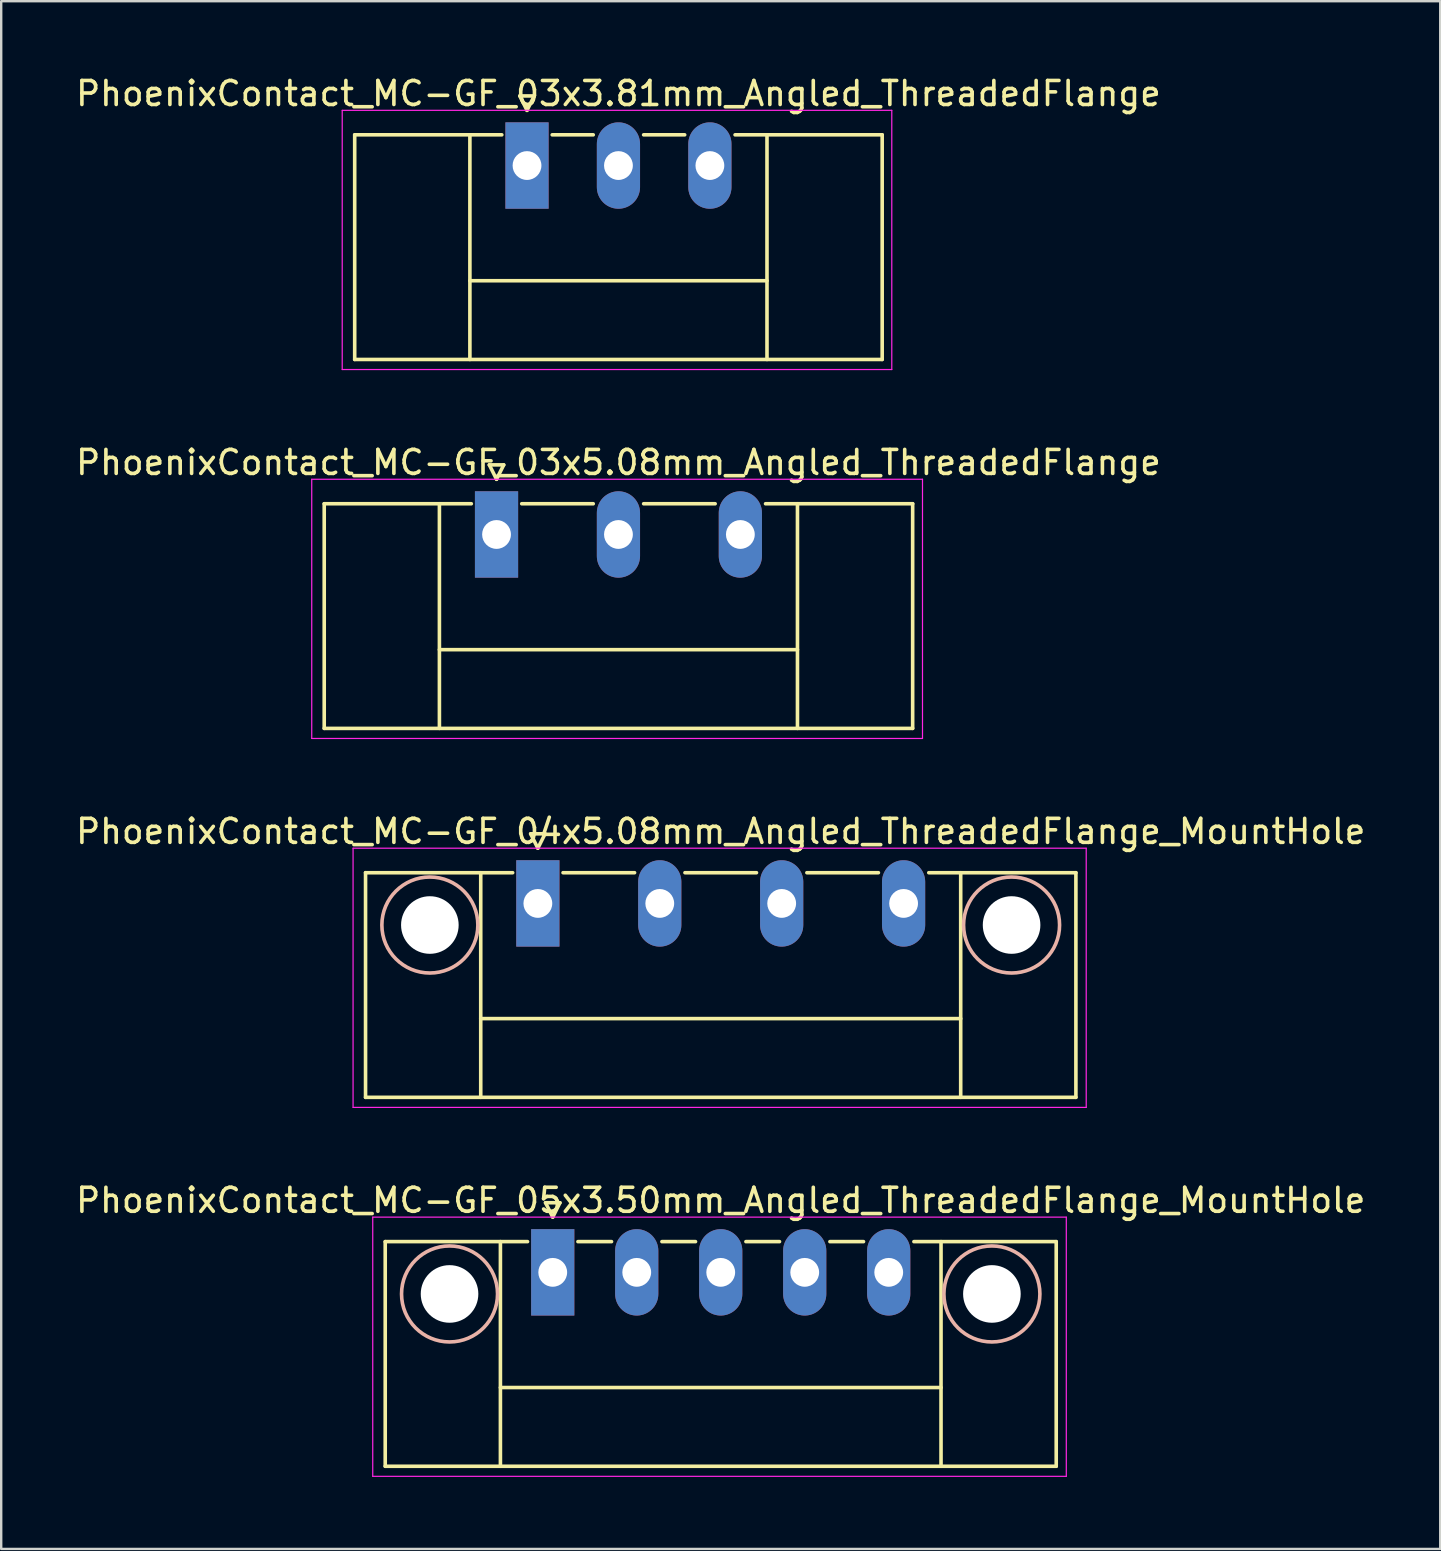
<source format=kicad_pcb>
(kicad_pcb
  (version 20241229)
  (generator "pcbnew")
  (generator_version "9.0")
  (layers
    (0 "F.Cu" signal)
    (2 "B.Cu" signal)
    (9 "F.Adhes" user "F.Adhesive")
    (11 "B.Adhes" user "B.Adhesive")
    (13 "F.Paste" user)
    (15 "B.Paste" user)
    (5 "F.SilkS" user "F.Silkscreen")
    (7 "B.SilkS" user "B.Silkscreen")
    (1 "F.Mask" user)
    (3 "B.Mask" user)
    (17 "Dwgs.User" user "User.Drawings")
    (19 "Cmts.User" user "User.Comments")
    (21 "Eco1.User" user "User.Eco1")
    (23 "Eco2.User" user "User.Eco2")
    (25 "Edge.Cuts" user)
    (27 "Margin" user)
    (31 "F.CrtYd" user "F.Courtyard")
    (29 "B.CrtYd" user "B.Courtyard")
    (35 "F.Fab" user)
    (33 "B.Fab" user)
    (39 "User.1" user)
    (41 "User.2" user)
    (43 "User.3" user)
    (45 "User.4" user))
  (footprint "PhoenixContact_MC-GF_03x3.81mm_Angled_ThreadedFlange"
    (layer "F.Cu")
    (at 18.91 3.848)
    (property "Reference" "PhoenixContact_MC-GF_03x3.81mm_Angled_ThreadedFlange" (at 3.81 -3 0) (layer "F.SilkS") (effects (font (size 1 1) (thickness 0.15))))
    (attr through_hole)
    (fp_line (start -7.18 -1.28) (end -7.18 8.08) (stroke (width 0.15) (type solid)) (layer "F.SilkS"))
    (fp_line (start -7.18 -1.28) (end -1.05 -1.28) (stroke (width 0.15) (type solid)) (layer "F.SilkS"))
    (fp_line (start -7.18 8.08) (end 14.8 8.08) (stroke (width 0.15) (type solid)) (layer "F.SilkS"))
    (fp_line (start -2.38 -1.28) (end -2.38 8.08) (stroke (width 0.15) (type solid)) (layer "F.SilkS"))
    (fp_line (start -2.38 4.8) (end 10 4.8) (stroke (width 0.15) (type solid)) (layer "F.SilkS"))
    (fp_line (start -0.3 -2.9) (end 0 -2.3) (stroke (width 0.15) (type solid)) (layer "F.SilkS"))
    (fp_line (start 0 -2.3) (end 0.3 -2.9) (stroke (width 0.15) (type solid)) (layer "F.SilkS"))
    (fp_line (start 0.3 -2.9) (end -0.3 -2.9) (stroke (width 0.15) (type solid)) (layer "F.SilkS"))
    (fp_line (start 1.05 -1.28) (end 2.76 -1.28) (stroke (width 0.15) (type solid)) (layer "F.SilkS"))
    (fp_line (start 4.86 -1.28) (end 6.57 -1.28) (stroke (width 0.15) (type solid)) (layer "F.SilkS"))
    (fp_line (start 10 -1.28) (end 10 8.08) (stroke (width 0.15) (type solid)) (layer "F.SilkS"))
    (fp_line (start 14.8 -1.28) (end 8.67 -1.28) (stroke (width 0.15) (type solid)) (layer "F.SilkS"))
    (fp_line (start 14.8 8.08) (end 14.8 -1.28) (stroke (width 0.15) (type solid)) (layer "F.SilkS"))
    (fp_line (start -7.7 -2.3) (end -7.7 8.5) (stroke (width 0.05) (type solid)) (layer "F.CrtYd"))
    (fp_line (start -7.7 8.5) (end 15.2 8.5) (stroke (width 0.05) (type solid)) (layer "F.CrtYd"))
    (fp_line (start 15.2 -2.3) (end -7.7 -2.3) (stroke (width 0.05) (type solid)) (layer "F.CrtYd"))
    (fp_line (start 15.2 8.5) (end 15.2 -2.3) (stroke (width 0.05) (type solid)) (layer "F.CrtYd"))
    (pad "1" thru_hole rect (at 0 0) (size 1.8 3.6) (drill 1.2) (layers "*.Cu" "*.Mask"))
    (pad "2" thru_hole oval (at 3.81 0) (size 1.8 3.6) (drill 1.2) (layers "*.Cu" "*.Mask"))
    (pad "3" thru_hole oval (at 7.62 0) (size 1.8 3.6) (drill 1.2) (layers "*.Cu" "*.Mask")))
  (footprint "PhoenixContact_MC-GF_03x5.08mm_Angled_ThreadedFlange"
    (layer "F.Cu")
    (at 17.64 19.221)
    (property "Reference" "PhoenixContact_MC-GF_03x5.08mm_Angled_ThreadedFlange" (at 5.08 -3 0) (layer "F.SilkS") (effects (font (size 1 1) (thickness 0.15))))
    (attr through_hole)
    (fp_line (start -7.18 -1.28) (end -7.18 8.08) (stroke (width 0.15) (type solid)) (layer "F.SilkS"))
    (fp_line (start -7.18 -1.28) (end -1.05 -1.28) (stroke (width 0.15) (type solid)) (layer "F.SilkS"))
    (fp_line (start -7.18 8.08) (end 17.34 8.08) (stroke (width 0.15) (type solid)) (layer "F.SilkS"))
    (fp_line (start -2.38 -1.28) (end -2.38 8.08) (stroke (width 0.15) (type solid)) (layer "F.SilkS"))
    (fp_line (start -2.38 4.8) (end 12.54 4.8) (stroke (width 0.15) (type solid)) (layer "F.SilkS"))
    (fp_line (start -0.3 -2.9) (end 0 -2.3) (stroke (width 0.15) (type solid)) (layer "F.SilkS"))
    (fp_line (start 0 -2.3) (end 0.3 -2.9) (stroke (width 0.15) (type solid)) (layer "F.SilkS"))
    (fp_line (start 0.3 -2.9) (end -0.3 -2.9) (stroke (width 0.15) (type solid)) (layer "F.SilkS"))
    (fp_line (start 1.05 -1.28) (end 4.03 -1.28) (stroke (width 0.15) (type solid)) (layer "F.SilkS"))
    (fp_line (start 6.13 -1.28) (end 9.11 -1.28) (stroke (width 0.15) (type solid)) (layer "F.SilkS"))
    (fp_line (start 12.54 -1.28) (end 12.54 8.08) (stroke (width 0.15) (type solid)) (layer "F.SilkS"))
    (fp_line (start 17.34 -1.28) (end 11.21 -1.28) (stroke (width 0.15) (type solid)) (layer "F.SilkS"))
    (fp_line (start 17.34 8.08) (end 17.34 -1.28) (stroke (width 0.15) (type solid)) (layer "F.SilkS"))
    (fp_line (start -7.7 -2.3) (end -7.7 8.5) (stroke (width 0.05) (type solid)) (layer "F.CrtYd"))
    (fp_line (start -7.7 8.5) (end 17.75 8.5) (stroke (width 0.05) (type solid)) (layer "F.CrtYd"))
    (fp_line (start 17.75 -2.3) (end -7.7 -2.3) (stroke (width 0.05) (type solid)) (layer "F.CrtYd"))
    (fp_line (start 17.75 8.5) (end 17.75 -2.3) (stroke (width 0.05) (type solid)) (layer "F.CrtYd"))
    (pad "1" thru_hole rect (at 0 0) (size 1.8 3.6) (drill 1.2) (layers "*.Cu" "*.Mask"))
    (pad "2" thru_hole oval (at 5.08 0) (size 1.8 3.6) (drill 1.2) (layers "*.Cu" "*.Mask"))
    (pad "3" thru_hole oval (at 10.16 0) (size 1.8 3.6) (drill 1.2) (layers "*.Cu" "*.Mask")))
  (footprint "PhoenixContact_MC-GF_04x5.08mm_Angled_ThreadedFlange_MountHole"
    (layer "F.Cu")
    (at 19.362 34.595)
    (property "Reference" "PhoenixContact_MC-GF_04x5.08mm_Angled_ThreadedFlange_MountHole" (at 7.62 -3 0) (layer "F.SilkS") (effects (font (size 1 1) (thickness 0.15))))
    (attr through_hole)
    (fp_line (start -7.18 -1.28) (end -7.18 8.08) (stroke (width 0.15) (type solid)) (layer "F.SilkS"))
    (fp_line (start -7.18 -1.28) (end -1.05 -1.28) (stroke (width 0.15) (type solid)) (layer "F.SilkS"))
    (fp_line (start -7.18 8.08) (end 22.42 8.08) (stroke (width 0.15) (type solid)) (layer "F.SilkS"))
    (fp_line (start -2.38 -1.28) (end -2.38 8.08) (stroke (width 0.15) (type solid)) (layer "F.SilkS"))
    (fp_line (start -2.38 4.8) (end 17.62 4.8) (stroke (width 0.15) (type solid)) (layer "F.SilkS"))
    (fp_line (start -0.3 -2.9) (end 0 -2.3) (stroke (width 0.15) (type solid)) (layer "F.SilkS"))
    (fp_line (start 0 -2.3) (end 0.3 -2.9) (stroke (width 0.15) (type solid)) (layer "F.SilkS"))
    (fp_line (start 0.3 -2.9) (end -0.3 -2.9) (stroke (width 0.15) (type solid)) (layer "F.SilkS"))
    (fp_line (start 1.05 -1.28) (end 4.03 -1.28) (stroke (width 0.15) (type solid)) (layer "F.SilkS"))
    (fp_line (start 6.13 -1.28) (end 9.11 -1.28) (stroke (width 0.15) (type solid)) (layer "F.SilkS"))
    (fp_line (start 11.21 -1.28) (end 14.19 -1.28) (stroke (width 0.15) (type solid)) (layer "F.SilkS"))
    (fp_line (start 17.62 -1.28) (end 17.62 8.08) (stroke (width 0.15) (type solid)) (layer "F.SilkS"))
    (fp_line (start 22.42 -1.28) (end 16.29 -1.28) (stroke (width 0.15) (type solid)) (layer "F.SilkS"))
    (fp_line (start 22.42 8.08) (end 22.42 -1.28) (stroke (width 0.15) (type solid)) (layer "F.SilkS"))
    (fp_circle (center -4.5 0.9) (end -2.5 0.9) (stroke (width 0.15) (type solid)) (fill no) (layer "B.SilkS"))
    (fp_circle (center 19.74 0.9) (end 21.74 0.9) (stroke (width 0.15) (type solid)) (fill no) (layer "B.SilkS"))
    (fp_line (start -7.7 -2.3) (end -7.7 8.5) (stroke (width 0.05) (type solid)) (layer "F.CrtYd"))
    (fp_line (start -7.7 8.5) (end 22.85 8.5) (stroke (width 0.05) (type solid)) (layer "F.CrtYd"))
    (fp_line (start 22.85 -2.3) (end -7.7 -2.3) (stroke (width 0.05) (type solid)) (layer "F.CrtYd"))
    (fp_line (start 22.85 8.5) (end 22.85 -2.3) (stroke (width 0.05) (type solid)) (layer "F.CrtYd"))
    (pad "" np_thru_hole circle (at -4.5 0.9) (size 2.4 2.4) (drill 2.4) (layers "*.Cu" "*.Mask"))
    (pad "" np_thru_hole circle (at 19.74 0.9) (size 2.4 2.4) (drill 2.4) (layers "*.Cu" "*.Mask"))
    (pad "1" thru_hole rect (at 0 0) (size 1.8 3.6) (drill 1.2) (layers "*.Cu" "*.Mask"))
    (pad "2" thru_hole oval (at 5.08 0) (size 1.8 3.6) (drill 1.2) (layers "*.Cu" "*.Mask"))
    (pad "3" thru_hole oval (at 10.16 0) (size 1.8 3.6) (drill 1.2) (layers "*.Cu" "*.Mask"))
    (pad "4" thru_hole oval (at 15.24 0) (size 1.8 3.6) (drill 1.2) (layers "*.Cu" "*.Mask")))
  (footprint "PhoenixContact_MC-GF_05x3.50mm_Angled_ThreadedFlange_MountHole"
    (layer "F.Cu")
    (at 19.982 49.968)
    (property "Reference" "PhoenixContact_MC-GF_05x3.50mm_Angled_ThreadedFlange_MountHole" (at 7 -3 0) (layer "F.SilkS") (effects (font (size 1 1) (thickness 0.15))))
    (attr through_hole)
    (fp_line (start -6.98 -1.28) (end -6.98 8.08) (stroke (width 0.15) (type solid)) (layer "F.SilkS"))
    (fp_line (start -6.98 -1.28) (end -1.05 -1.28) (stroke (width 0.15) (type solid)) (layer "F.SilkS"))
    (fp_line (start -6.98 8.08) (end 20.98 8.08) (stroke (width 0.15) (type solid)) (layer "F.SilkS"))
    (fp_line (start -2.18 -1.28) (end -2.18 8.08) (stroke (width 0.15) (type solid)) (layer "F.SilkS"))
    (fp_line (start -2.18 4.8) (end 16.18 4.8) (stroke (width 0.15) (type solid)) (layer "F.SilkS"))
    (fp_line (start -0.3 -2.9) (end 0 -2.3) (stroke (width 0.15) (type solid)) (layer "F.SilkS"))
    (fp_line (start 0 -2.3) (end 0.3 -2.9) (stroke (width 0.15) (type solid)) (layer "F.SilkS"))
    (fp_line (start 0.3 -2.9) (end -0.3 -2.9) (stroke (width 0.15) (type solid)) (layer "F.SilkS"))
    (fp_line (start 1.05 -1.28) (end 2.45 -1.28) (stroke (width 0.15) (type solid)) (layer "F.SilkS"))
    (fp_line (start 4.55 -1.28) (end 5.95 -1.28) (stroke (width 0.15) (type solid)) (layer "F.SilkS"))
    (fp_line (start 8.05 -1.28) (end 9.45 -1.28) (stroke (width 0.15) (type solid)) (layer "F.SilkS"))
    (fp_line (start 11.55 -1.28) (end 12.95 -1.28) (stroke (width 0.15) (type solid)) (layer "F.SilkS"))
    (fp_line (start 16.18 -1.28) (end 16.18 8.08) (stroke (width 0.15) (type solid)) (layer "F.SilkS"))
    (fp_line (start 20.98 -1.28) (end 15.05 -1.28) (stroke (width 0.15) (type solid)) (layer "F.SilkS"))
    (fp_line (start 20.98 8.08) (end 20.98 -1.28) (stroke (width 0.15) (type solid)) (layer "F.SilkS"))
    (fp_circle (center -4.3 0.9) (end -2.3 0.9) (stroke (width 0.15) (type solid)) (fill no) (layer "B.SilkS"))
    (fp_circle (center 18.3 0.9) (end 20.3 0.9) (stroke (width 0.15) (type solid)) (fill no) (layer "B.SilkS"))
    (fp_line (start -7.5 -2.3) (end -7.5 8.5) (stroke (width 0.05) (type solid)) (layer "F.CrtYd"))
    (fp_line (start -7.5 8.5) (end 21.4 8.5) (stroke (width 0.05) (type solid)) (layer "F.CrtYd"))
    (fp_line (start 21.4 -2.3) (end -7.5 -2.3) (stroke (width 0.05) (type solid)) (layer "F.CrtYd"))
    (fp_line (start 21.4 8.5) (end 21.4 -2.3) (stroke (width 0.05) (type solid)) (layer "F.CrtYd"))
    (pad "" np_thru_hole circle (at -4.3 0.9) (size 2.4 2.4) (drill 2.4) (layers "*.Cu" "*.Mask"))
    (pad "" np_thru_hole circle (at 18.3 0.9) (size 2.4 2.4) (drill 2.4) (layers "*.Cu" "*.Mask"))
    (pad "1" thru_hole rect (at 0 0) (size 1.8 3.6) (drill 1.2) (layers "*.Cu" "*.Mask"))
    (pad "2" thru_hole oval (at 3.5 0) (size 1.8 3.6) (drill 1.2) (layers "*.Cu" "*.Mask"))
    (pad "3" thru_hole oval (at 7 0) (size 1.8 3.6) (drill 1.2) (layers "*.Cu" "*.Mask"))
    (pad "4" thru_hole oval (at 10.5 0) (size 1.8 3.6) (drill 1.2) (layers "*.Cu" "*.Mask"))
    (pad "5" thru_hole oval (at 14 0) (size 1.8 3.6) (drill 1.2) (layers "*.Cu" "*.Mask")))
  (gr_rect
    (start -3 -3)
    (end 56.964 61.493)
    (stroke (width 0.1) (type default))
    (fill no)
    (layer "Edge.Cuts")))
</source>
